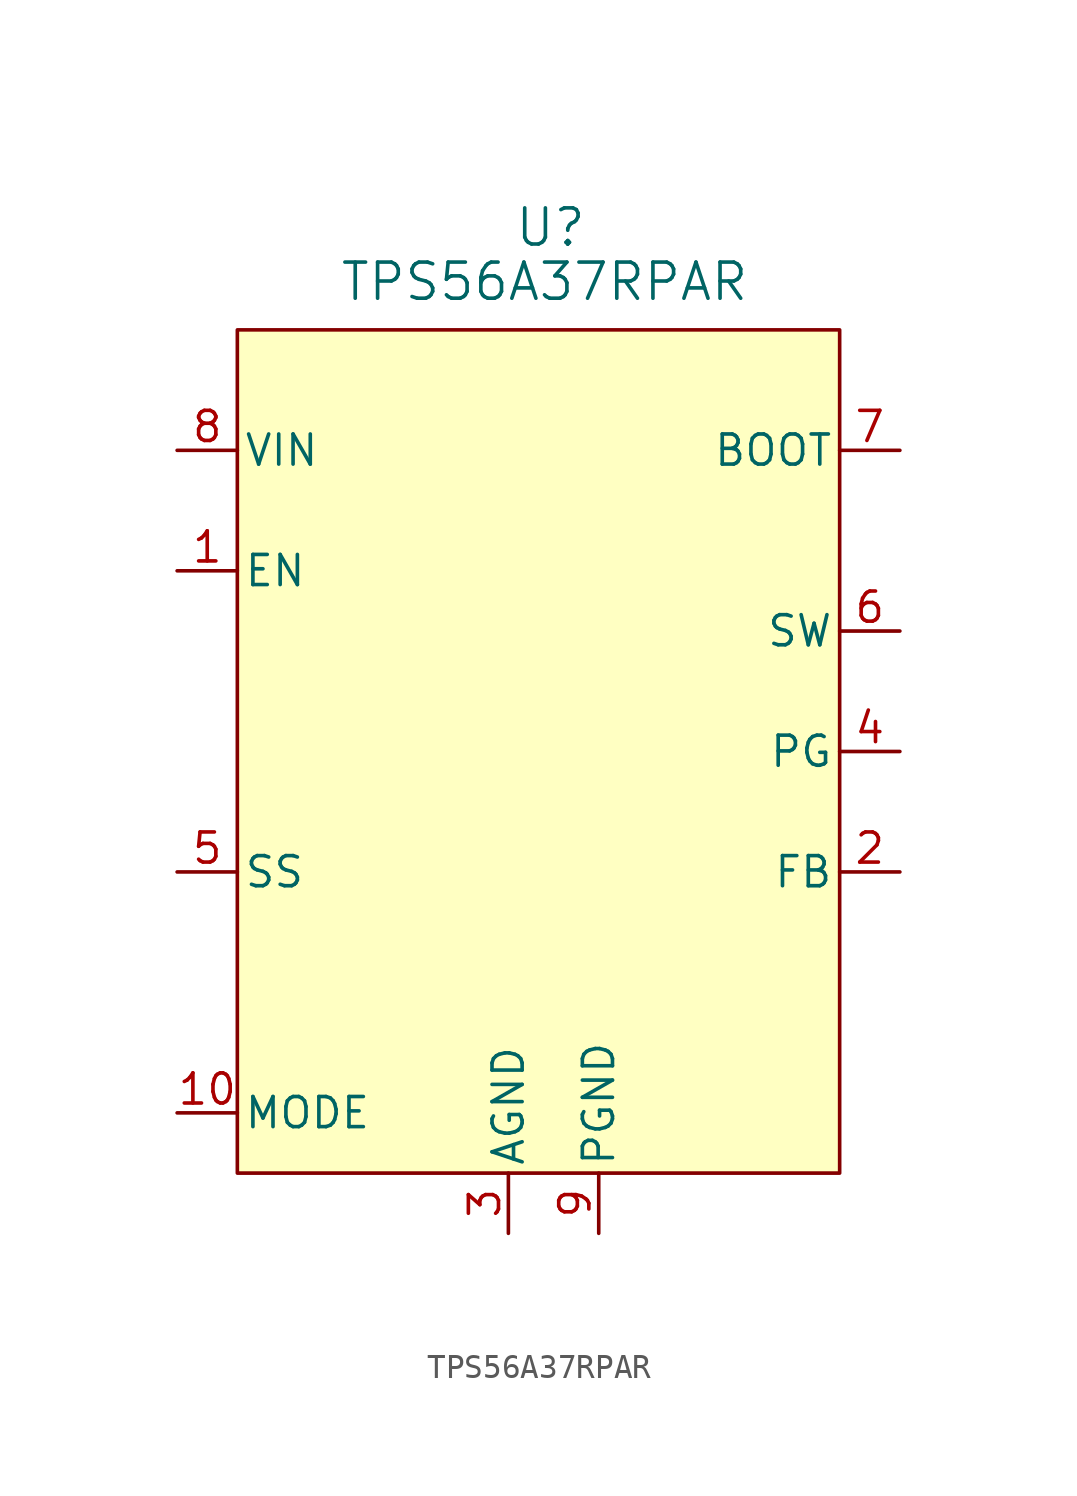
<source format=kicad_sym>
(kicad_symbol_lib
  (version 20241209)
  (generator "kicad_symbol_editor")
  (generator_version "9.0")
  (symbol "TPS56A37RPAR"
    (pin_names
      (offset 0.254))
    (property "Reference" "U"
      (at 18.288 9.398 0)
      (effects (font (size 1.524 1.524))))
    (property "Value" "TPS56A37RPAR"
      (at 18.034 7.112 0)
      (effects (font (size 1.524 1.524))))
    (symbol "TPS56A37RPAR_0_1"
      (rectangle (start 5.08 5.08) (end 30.48 -30.48) (stroke (width 0) (type default)) (fill (type background)))
      (pin power_in line (at 2.54 0 0) (length 2.54) (name "VIN" (effects (font (size 1.27 1.27)))) (number "8" (effects (font (size 1.27 1.27)))))
      (pin input line (at 2.54 -5.08 0) (length 2.54) (name "EN" (effects (font (size 1.27 1.27)))) (number "1" (effects (font (size 1.27 1.27)))))
      (pin unspecified line (at 2.54 -17.78 0) (length 2.54) (name "SS" (effects (font (size 1.27 1.27)))) (number "5" (effects (font (size 1.27 1.27)))))
      (pin unspecified line (at 2.54 -27.94 0) (length 2.54) (name "MODE" (effects (font (size 1.27 1.27)))) (number "10" (effects (font (size 1.27 1.27)))))
      (pin power_in line (at 16.51 -33.02 90) (length 2.54) (name "AGND" (effects (font (size 1.27 1.27)))) (number "3" (effects (font (size 1.27 1.27)))))
      (pin power_in line (at 20.32 -33.02 90) (length 2.54) (name "PGND" (effects (font (size 1.27 1.27)))) (number "9" (effects (font (size 1.27 1.27)))))
      (pin unspecified line (at 33.02 0 180) (length 2.54) (name "BOOT" (effects (font (size 1.27 1.27)))) (number "7" (effects (font (size 1.27 1.27)))))
      (pin unspecified line (at 33.02 -7.62 180) (length 2.54) (name "SW" (effects (font (size 1.27 1.27)))) (number "6" (effects (font (size 1.27 1.27)))))
      (pin open_collector line (at 33.02 -12.7 180) (length 2.54) (name "PG" (effects (font (size 1.27 1.27)))) (number "4" (effects (font (size 1.27 1.27)))))
      (pin unspecified line (at 33.02 -17.78 180) (length 2.54) (name "FB" (effects (font (size 1.27 1.27)))) (number "2" (effects (font (size 1.27 1.27))))))))
</source>
